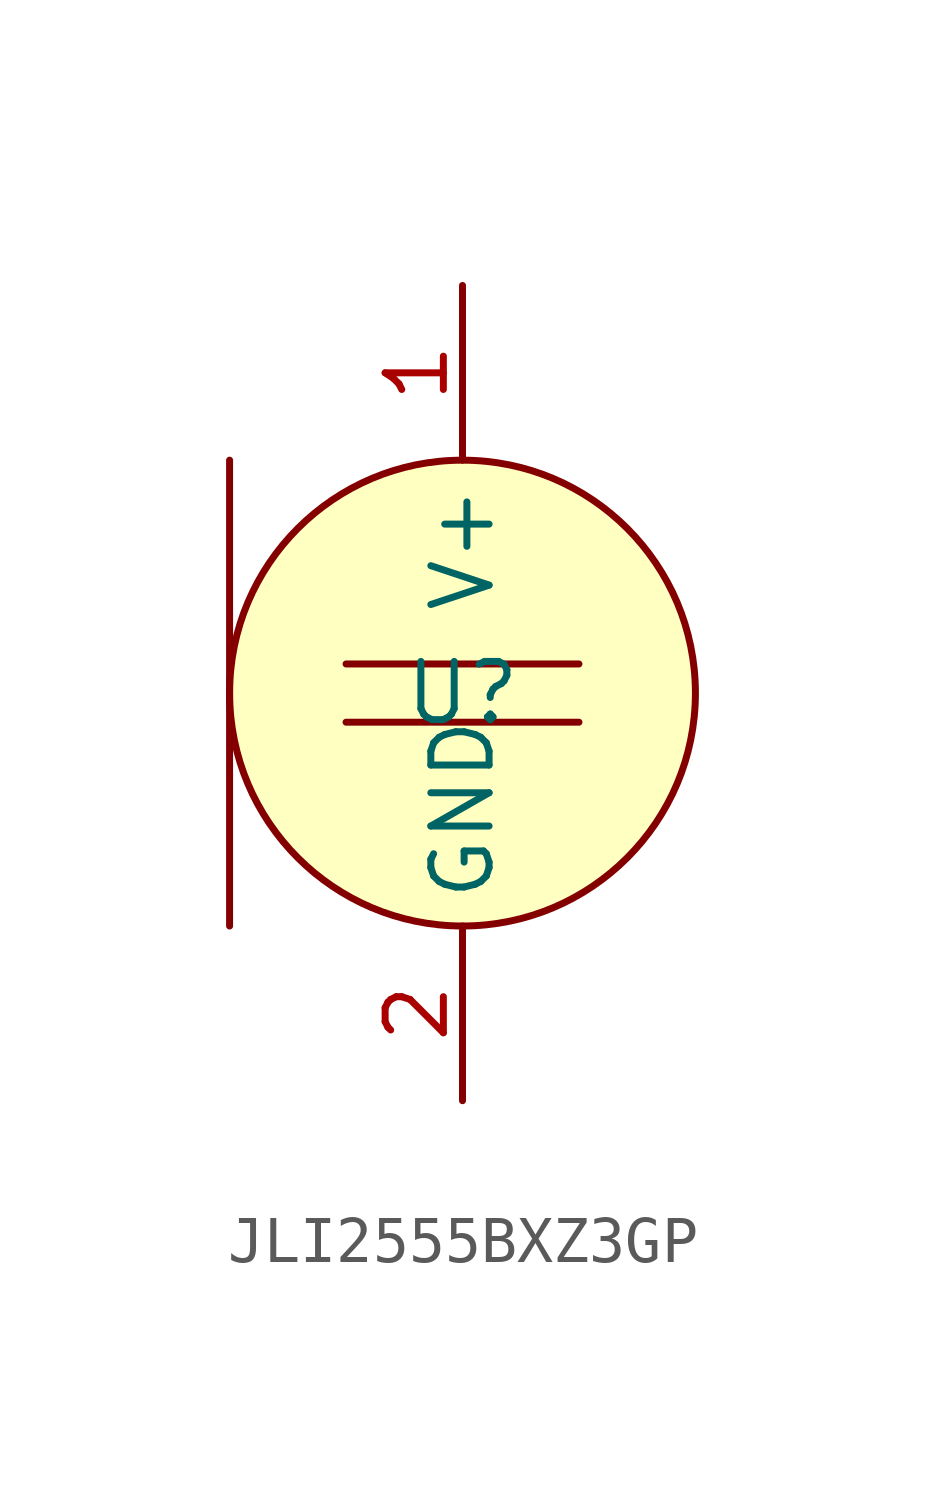
<source format=kicad_sym>
(kicad_symbol_lib
  (version 20220914)
  (generator kicad_symbol_editor)
  (symbol "JLI2555BXZ3GP"
    (property "Reference" "U"
      (at 0 0 0)
      (effects (font (size 1.27 1.27))))
    (property "Value" ""
      (at 0 0 90)
      (effects (font (size 1.27 1.27))))
    (symbol "JLI2555BXZ3GP_0_1"
      (polyline (pts (xy -5.08 -5.08) (xy -5.08 5.08)) (stroke (width 0) (type default)) (fill (type none)))
      (polyline (pts (xy 2.54 -0.635) (xy -2.54 -0.635)) (stroke (width 0) (type default)) (fill (type none)))
      (polyline (pts (xy 2.54 0.635) (xy -2.54 0.635)) (stroke (width 0) (type default)) (fill (type none)))
      (circle (center 0 0) (radius 5.08) (stroke (width 0) (type default)) (fill (type background))))
    (symbol "JLI2555BXZ3GP_1_1"
      (pin output line (at 0 8.89 270) (length 3.81) (name "V+" (effects (font (size 1.27 1.27)))) (number "1" (effects (font (size 1.27 1.27)))))
      (pin power_in line (at 0 -8.89 90) (length 3.81) (name "GND" (effects (font (size 1.27 1.27)))) (number "2" (effects (font (size 1.27 1.27))))))))
</source>
